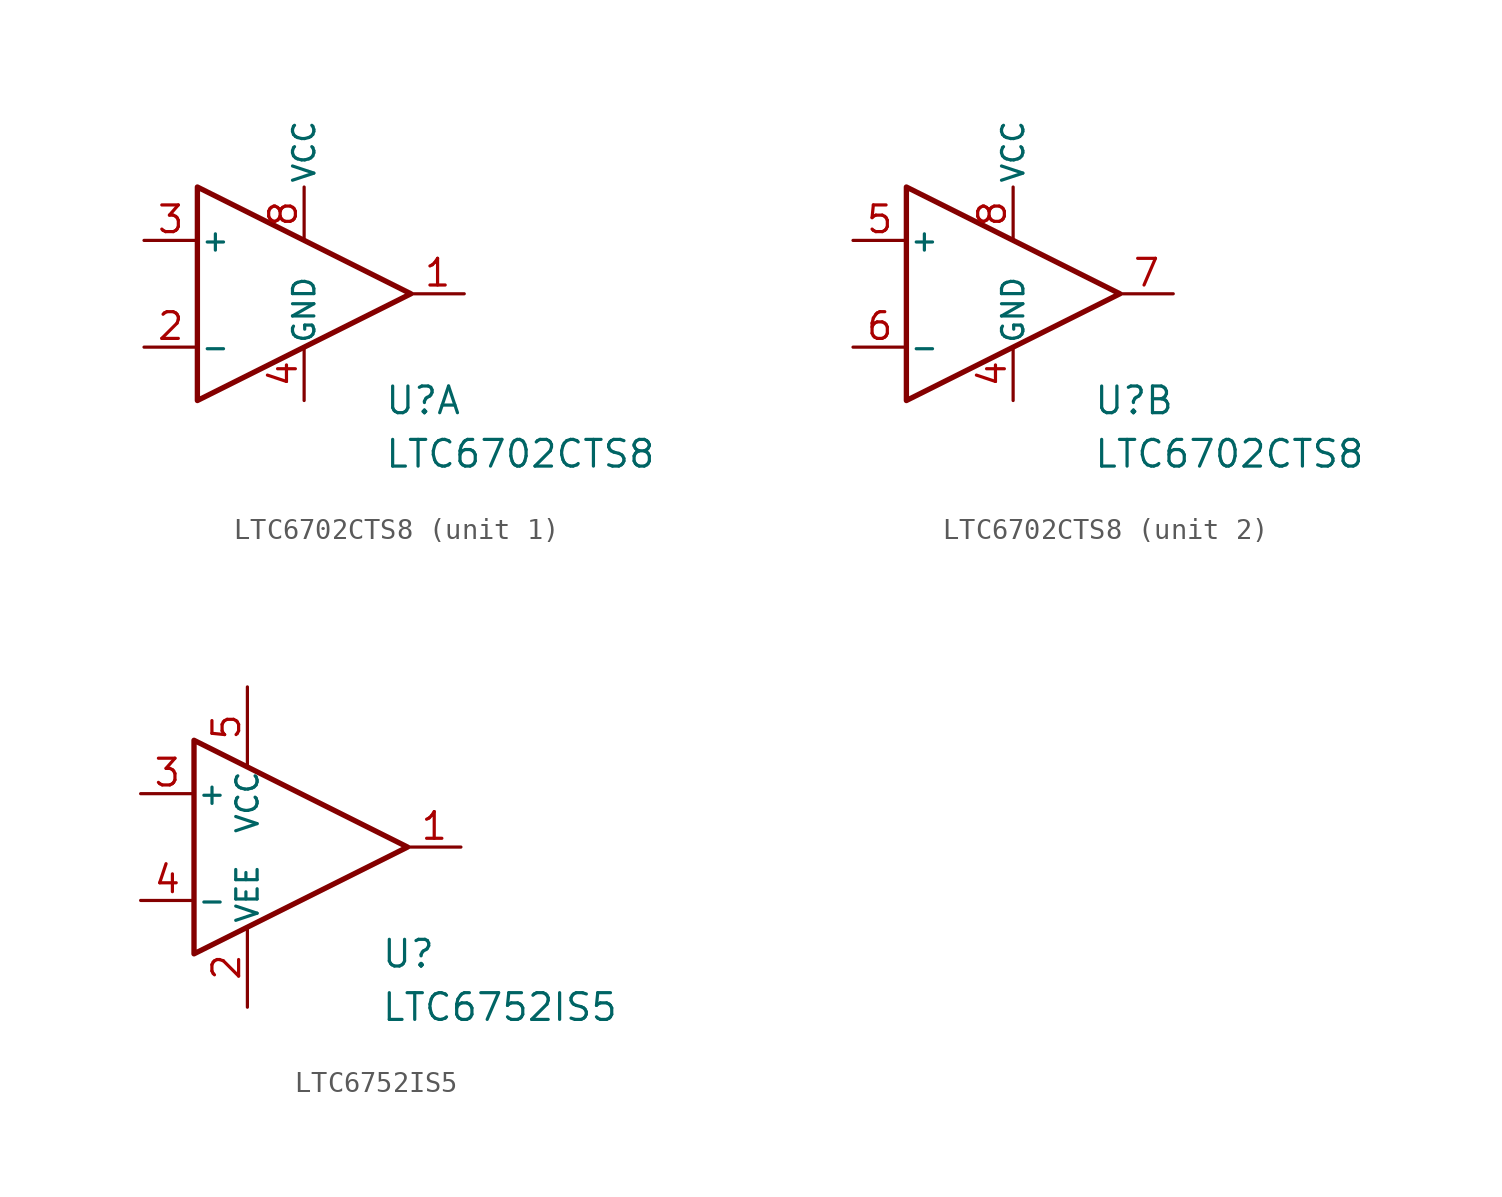
<source format=kicad_sym>
(kicad_symbol_lib
  (version 20211014)
  (generator kicad_symbol_editor)
  (symbol "LTC6702CTS8"
    (pin_names
      (offset 0.127))
    (property "Reference" "U"
      (at 3.81 -5.08 0)
      (effects (font (size 1.27 1.27)) (justify left)))
    (property "Value" "LTC6702CTS8"
      (at 3.81 -7.62 0)
      (effects (font (size 1.27 1.27)) (justify left)))
    (symbol "LTC6702CTS8_0_1"
      (pin power_out line (at 0 -5.08 90) (length 2.54) (name "GND" (effects (font (size 1.016 1.016)))) (number "4" (effects (font (size 1.27 1.27)))))
      (pin power_in line (at 0 2.54 90) (length 2.54) (name "VCC" (effects (font (size 1.016 1.016)))) (number "8" (effects (font (size 1.27 1.27))))))
    (symbol "LTC6702CTS8_1_1"
      (polyline (pts (xy -5.08 5.08) (xy 5.08 0) (xy -5.08 -5.08) (xy -5.08 5.08)) (stroke (width 0.254) (type default) (color 0 0 0 0)) (fill (type none)))
      (pin output line (at 7.62 0 180) (length 2.54) (name "~" (effects (font (size 1.27 1.27)))) (number "1" (effects (font (size 1.27 1.27)))))
      (pin input line (at -7.62 -2.54 0) (length 2.54) (name "-" (effects (font (size 1.016 1.016)))) (number "2" (effects (font (size 1.27 1.27)))))
      (pin input line (at -7.62 2.54 0) (length 2.54) (name "+" (effects (font (size 1.016 1.016)))) (number "3" (effects (font (size 1.27 1.27))))))
    (symbol "LTC6702CTS8_2_1"
      (polyline (pts (xy -5.08 5.08) (xy 5.08 0) (xy -5.08 -5.08) (xy -5.08 5.08)) (stroke (width 0.254) (type default) (color 0 0 0 0)) (fill (type none)))
      (pin input line (at -7.62 2.54 0) (length 2.54) (name "+" (effects (font (size 1.016 1.016)))) (number "5" (effects (font (size 1.27 1.27)))))
      (pin input line (at -7.62 -2.54 0) (length 2.54) (name "-" (effects (font (size 1.016 1.016)))) (number "6" (effects (font (size 1.27 1.27)))))
      (pin output line (at 7.62 0 180) (length 2.54) (name "~" (effects (font (size 1.27 1.27)))) (number "7" (effects (font (size 1.27 1.27)))))))
  (symbol "LTC6752IS5"
    (pin_names
      (offset 0.127))
    (property "Reference" "U"
      (at 3.81 -5.08 0)
      (effects (font (size 1.27 1.27)) (justify left)))
    (property "Value" "LTC6752IS5"
      (at 3.81 -7.62 0)
      (effects (font (size 1.27 1.27)) (justify left)))
    (symbol "LTC6752IS5_1_1"
      (polyline (pts (xy -5.08 5.08) (xy 5.08 0) (xy -5.08 -5.08) (xy -5.08 5.08)) (stroke (width 0.254) (type default) (color 0 0 0 0)) (fill (type none)))
      (pin output line (at 7.62 0 180) (length 2.54) (name "~" (effects (font (size 1.27 1.27)))) (number "1" (effects (font (size 1.27 1.27)))))
      (pin power_in line (at -2.54 -7.62 90) (length 3.81) (name "VEE" (effects (font (size 1.016 1.016)))) (number "2" (effects (font (size 1.27 1.27)))))
      (pin input line (at -7.62 2.54 0) (length 2.54) (name "+" (effects (font (size 1.016 1.016)))) (number "3" (effects (font (size 1.27 1.27)))))
      (pin input line (at -7.62 -2.54 0) (length 2.54) (name "-" (effects (font (size 1.016 1.016)))) (number "4" (effects (font (size 1.27 1.27)))))
      (pin power_in line (at -2.54 7.62 270) (length 3.81) (name "VCC" (effects (font (size 1.016 1.016)))) (number "5" (effects (font (size 1.27 1.27))))))))
</source>
